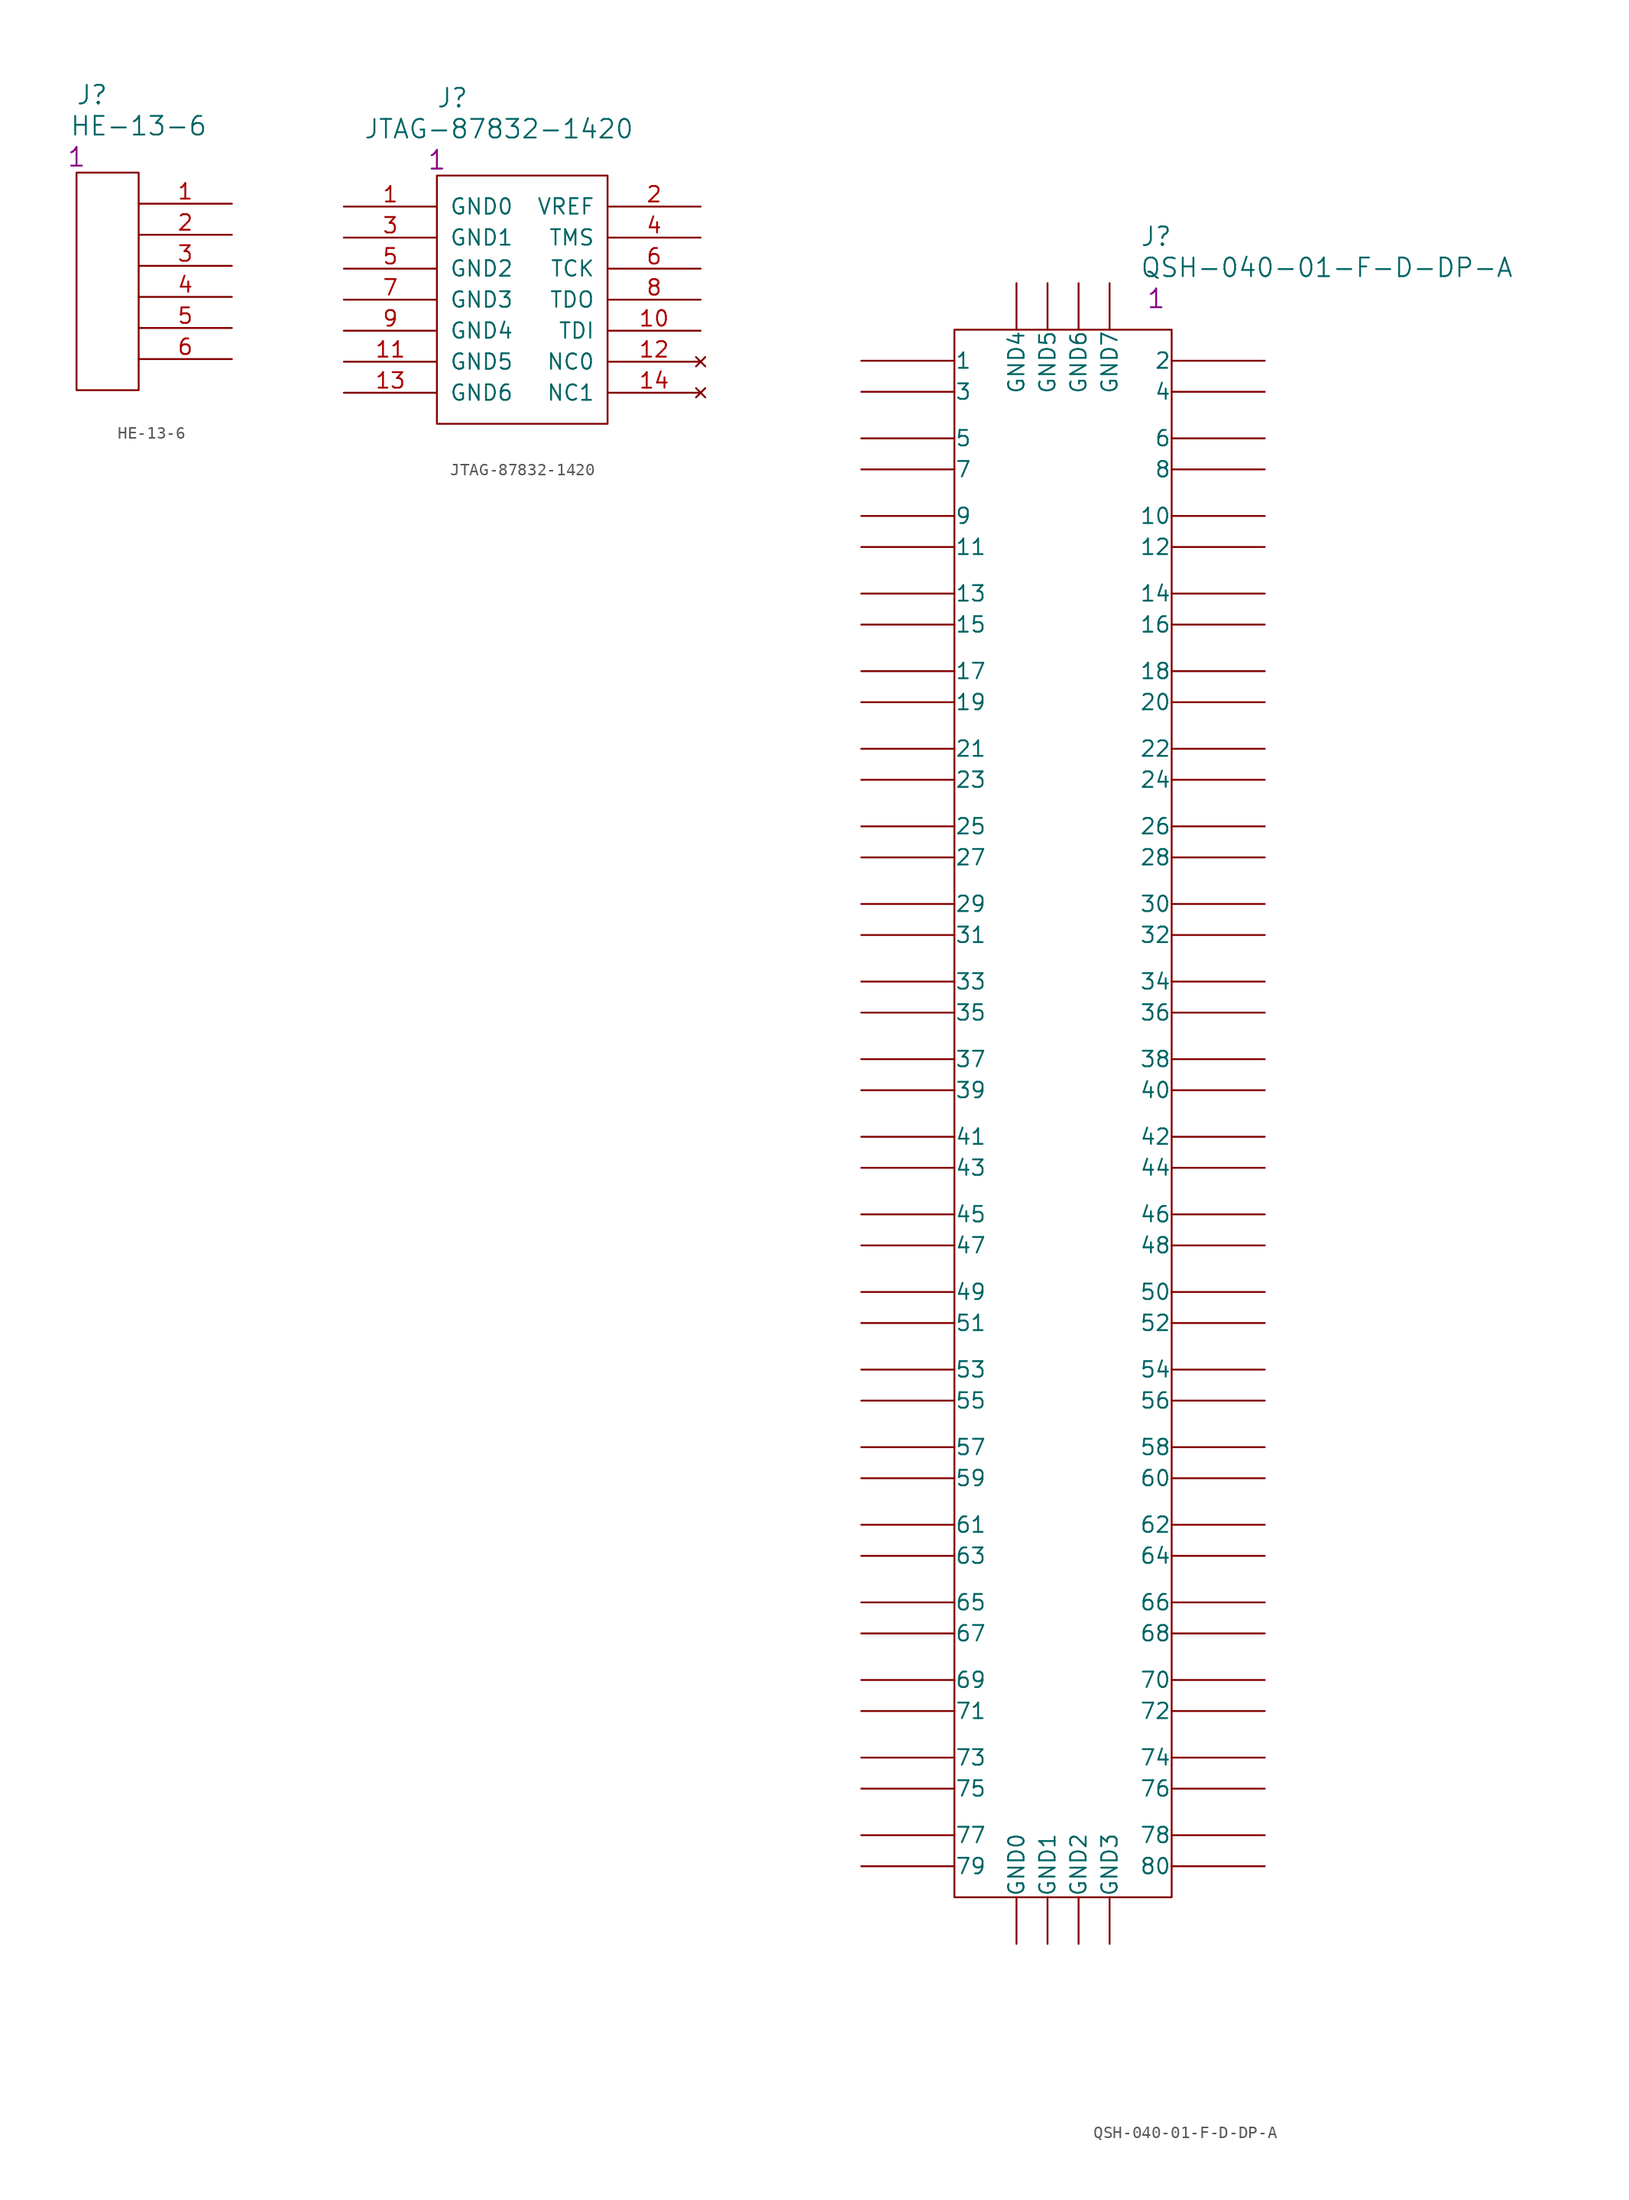
<source format=kicad_sym>
(kicad_symbol_lib
  (version 20201005)
  (generator kicad_symbol_editor)
  (symbol "HE-13-6"
    (pin_names
      (offset 1.016) hide)
    (property "Reference" "J"
      (at -11.43 8.89 0)
      (effects (font (size 1.524 1.524))))
    (property "Value" "HE-13-6"
      (at -7.62 6.35 0)
      (effects (font (size 1.524 1.524))))
    (property "Datasheet" ""
      (at 0 0 0)
      (effects (font (size 1.524 1.524))))
    (property "Qty" "1"
      (at -12.7 3.81 0)
      (effects (font (size 1.524 1.524))))
    (symbol "HE-13-6_0_1"
      (rectangle (start -7.62 2.54) (end -12.7 -15.24) (stroke (width 0)) (fill (type none))))
    (symbol "HE-13-6_1_1"
      (pin passive line (at 0 0 180) (length 7.62) (name "1" (effects (font (size 1.27 1.27)))) (number "1" (effects (font (size 1.27 1.27)))))
      (pin passive line (at 0 -2.54 180) (length 7.62) (name "2" (effects (font (size 1.27 1.27)))) (number "2" (effects (font (size 1.27 1.27)))))
      (pin passive line (at 0 -5.08 180) (length 7.62) (name "3" (effects (font (size 1.27 1.27)))) (number "3" (effects (font (size 1.27 1.27)))))
      (pin passive line (at 0 -7.62 180) (length 7.62) (name "4" (effects (font (size 1.27 1.27)))) (number "4" (effects (font (size 1.27 1.27)))))
      (pin passive line (at 0 -10.16 180) (length 7.62) (name "5" (effects (font (size 1.27 1.27)))) (number "5" (effects (font (size 1.27 1.27)))))
      (pin passive line (at 0 -12.7 180) (length 7.62) (name "6" (effects (font (size 1.27 1.27)))) (number "6" (effects (font (size 1.27 1.27)))))))
  (symbol "JTAG-87832-1420"
    (pin_names
      (offset 1.016))
    (property "Reference" "J"
      (at 8.89 8.89 0)
      (effects (font (size 1.524 1.524))))
    (property "Value" "JTAG-87832-1420"
      (at 12.7 6.35 0)
      (effects (font (size 1.524 1.524))))
    (property "Datasheet" ""
      (at 0 0 0)
      (effects (font (size 1.524 1.524))))
    (property "Qty" "1"
      (at 7.62 3.81 0)
      (effects (font (size 1.524 1.524))))
    (symbol "JTAG-87832-1420_0_1"
      (rectangle (start 7.62 2.54) (end 21.59 -17.78) (stroke (width 0)) (fill (type none))))
    (symbol "JTAG-87832-1420_1_1"
      (pin power_in line (at 0 0 0) (length 7.62) (name "GND0" (effects (font (size 1.27 1.27)))) (number "1" (effects (font (size 1.27 1.27)))))
      (pin power_in line (at 29.21 0 180) (length 7.62) (name "VREF" (effects (font (size 1.27 1.27)))) (number "2" (effects (font (size 1.27 1.27)))))
      (pin power_in line (at 0 -2.54 0) (length 7.62) (name "GND1" (effects (font (size 1.27 1.27)))) (number "3" (effects (font (size 1.27 1.27)))))
      (pin output line (at 29.21 -2.54 180) (length 7.62) (name "TMS" (effects (font (size 1.27 1.27)))) (number "4" (effects (font (size 1.27 1.27)))))
      (pin power_in line (at 0 -5.08 0) (length 7.62) (name "GND2" (effects (font (size 1.27 1.27)))) (number "5" (effects (font (size 1.27 1.27)))))
      (pin output line (at 29.21 -5.08 180) (length 7.62) (name "TCK" (effects (font (size 1.27 1.27)))) (number "6" (effects (font (size 1.27 1.27)))))
      (pin power_in line (at 0 -7.62 0) (length 7.62) (name "GND3" (effects (font (size 1.27 1.27)))) (number "7" (effects (font (size 1.27 1.27)))))
      (pin input line (at 29.21 -7.62 180) (length 7.62) (name "TDO" (effects (font (size 1.27 1.27)))) (number "8" (effects (font (size 1.27 1.27)))))
      (pin power_in line (at 0 -10.16 0) (length 7.62) (name "GND4" (effects (font (size 1.27 1.27)))) (number "9" (effects (font (size 1.27 1.27)))))
      (pin output line (at 29.21 -10.16 180) (length 7.62) (name "TDI" (effects (font (size 1.27 1.27)))) (number "10" (effects (font (size 1.27 1.27)))))
      (pin power_in line (at 0 -12.7 0) (length 7.62) (name "GND5" (effects (font (size 1.27 1.27)))) (number "11" (effects (font (size 1.27 1.27)))))
      (pin no_connect line (at 29.21 -12.7 180) (length 7.62) (name "NC0" (effects (font (size 1.27 1.27)))) (number "12" (effects (font (size 1.27 1.27)))))
      (pin power_in line (at 0 -15.24 0) (length 7.62) (name "GND6" (effects (font (size 1.27 1.27)))) (number "13" (effects (font (size 1.27 1.27)))))
      (pin no_connect line (at 29.21 -15.24 180) (length 7.62) (name "NC1" (effects (font (size 1.27 1.27)))) (number "14" (effects (font (size 1.27 1.27)))))))
  (symbol "QSH-040-01-F-D-DP-A"
    (pin_numbers hide)
    (pin_names
      (offset 0.025))
    (property "Reference" "J"
      (at 24.13 10.16 0)
      (effects (font (size 1.524 1.524))))
    (property "Value" "QSH-040-01-F-D-DP-A"
      (at 38.1 7.62 0)
      (effects (font (size 1.524 1.524))))
    (property "Datasheet" ""
      (at 0 0 0)
      (effects (font (size 1.524 1.524))))
    (property "Qty" "1"
      (at 24.13 5.08 0)
      (effects (font (size 1.524 1.524))))
    (symbol "QSH-040-01-F-D-DP-A_0_1"
      (rectangle (start 7.62 2.54) (end 25.4 -125.73) (stroke (width 0)) (fill (type none))))
    (symbol "QSH-040-01-F-D-DP-A_1_1"
      (pin passive line (at 0 0 0) (length 7.62) (name "1" (effects (font (size 1.27 1.27)))) (number "1" (effects (font (size 1.27 1.27)))))
      (pin passive line (at 33.02 0 180) (length 7.62) (name "2" (effects (font (size 1.27 1.27)))) (number "2" (effects (font (size 1.27 1.27)))))
      (pin passive line (at 0 -2.54 0) (length 7.62) (name "3" (effects (font (size 1.27 1.27)))) (number "3" (effects (font (size 1.27 1.27)))))
      (pin passive line (at 33.02 -2.54 180) (length 7.62) (name "4" (effects (font (size 1.27 1.27)))) (number "4" (effects (font (size 1.27 1.27)))))
      (pin passive line (at 0 -6.35 0) (length 7.62) (name "5" (effects (font (size 1.27 1.27)))) (number "5" (effects (font (size 1.27 1.27)))))
      (pin passive line (at 33.02 -6.35 180) (length 7.62) (name "6" (effects (font (size 1.27 1.27)))) (number "6" (effects (font (size 1.27 1.27)))))
      (pin passive line (at 0 -8.89 0) (length 7.62) (name "7" (effects (font (size 1.27 1.27)))) (number "7" (effects (font (size 1.27 1.27)))))
      (pin passive line (at 33.02 -8.89 180) (length 7.62) (name "8" (effects (font (size 1.27 1.27)))) (number "8" (effects (font (size 1.27 1.27)))))
      (pin passive line (at 0 -12.7 0) (length 7.62) (name "9" (effects (font (size 1.27 1.27)))) (number "9" (effects (font (size 1.27 1.27)))))
      (pin passive line (at 33.02 -12.7 180) (length 7.62) (name "10" (effects (font (size 1.27 1.27)))) (number "10" (effects (font (size 1.27 1.27)))))
      (pin passive line (at 33.02 -27.94 180) (length 7.62) (name "20" (effects (font (size 1.27 1.27)))) (number "20" (effects (font (size 1.27 1.27)))))
      (pin passive line (at 33.02 -44.45 180) (length 7.62) (name "30" (effects (font (size 1.27 1.27)))) (number "30" (effects (font (size 1.27 1.27)))))
      (pin passive line (at 33.02 -59.69 180) (length 7.62) (name "40" (effects (font (size 1.27 1.27)))) (number "40" (effects (font (size 1.27 1.27)))))
      (pin passive line (at 33.02 -76.2 180) (length 7.62) (name "50" (effects (font (size 1.27 1.27)))) (number "50" (effects (font (size 1.27 1.27)))))
      (pin passive line (at 33.02 -91.44 180) (length 7.62) (name "60" (effects (font (size 1.27 1.27)))) (number "60" (effects (font (size 1.27 1.27)))))
      (pin passive line (at 33.02 -107.95 180) (length 7.62) (name "70" (effects (font (size 1.27 1.27)))) (number "70" (effects (font (size 1.27 1.27)))))
      (pin passive line (at 33.02 -123.19 180) (length 7.62) (name "80" (effects (font (size 1.27 1.27)))) (number "80" (effects (font (size 1.27 1.27)))))
      (pin passive line (at 0 -15.24 0) (length 7.62) (name "11" (effects (font (size 1.27 1.27)))) (number "11" (effects (font (size 1.27 1.27)))))
      (pin passive line (at 0 -31.75 0) (length 7.62) (name "21" (effects (font (size 1.27 1.27)))) (number "21" (effects (font (size 1.27 1.27)))))
      (pin passive line (at 0 -46.99 0) (length 7.62) (name "31" (effects (font (size 1.27 1.27)))) (number "31" (effects (font (size 1.27 1.27)))))
      (pin passive line (at 0 -63.5 0) (length 7.62) (name "41" (effects (font (size 1.27 1.27)))) (number "41" (effects (font (size 1.27 1.27)))))
      (pin passive line (at 0 -78.74 0) (length 7.62) (name "51" (effects (font (size 1.27 1.27)))) (number "51" (effects (font (size 1.27 1.27)))))
      (pin passive line (at 0 -95.25 0) (length 7.62) (name "61" (effects (font (size 1.27 1.27)))) (number "61" (effects (font (size 1.27 1.27)))))
      (pin passive line (at 0 -110.49 0) (length 7.62) (name "71" (effects (font (size 1.27 1.27)))) (number "71" (effects (font (size 1.27 1.27)))))
      (pin power_in line (at 12.7 -129.54 90) (length 3.81) (name "GND0" (effects (font (size 1.27 1.27)))) (number "81" (effects (font (size 1.27 1.27)))))
      (pin passive line (at 33.02 -15.24 180) (length 7.62) (name "12" (effects (font (size 1.27 1.27)))) (number "12" (effects (font (size 1.27 1.27)))))
      (pin passive line (at 33.02 -31.75 180) (length 7.62) (name "22" (effects (font (size 1.27 1.27)))) (number "22" (effects (font (size 1.27 1.27)))))
      (pin passive line (at 33.02 -46.99 180) (length 7.62) (name "32" (effects (font (size 1.27 1.27)))) (number "32" (effects (font (size 1.27 1.27)))))
      (pin passive line (at 33.02 -63.5 180) (length 7.62) (name "42" (effects (font (size 1.27 1.27)))) (number "42" (effects (font (size 1.27 1.27)))))
      (pin passive line (at 33.02 -78.74 180) (length 7.62) (name "52" (effects (font (size 1.27 1.27)))) (number "52" (effects (font (size 1.27 1.27)))))
      (pin passive line (at 33.02 -95.25 180) (length 7.62) (name "62" (effects (font (size 1.27 1.27)))) (number "62" (effects (font (size 1.27 1.27)))))
      (pin passive line (at 33.02 -110.49 180) (length 7.62) (name "72" (effects (font (size 1.27 1.27)))) (number "72" (effects (font (size 1.27 1.27)))))
      (pin power_in line (at 15.24 -129.54 90) (length 3.81) (name "GND1" (effects (font (size 1.27 1.27)))) (number "82" (effects (font (size 1.27 1.27)))))
      (pin passive line (at 0 -19.05 0) (length 7.62) (name "13" (effects (font (size 1.27 1.27)))) (number "13" (effects (font (size 1.27 1.27)))))
      (pin passive line (at 0 -34.29 0) (length 7.62) (name "23" (effects (font (size 1.27 1.27)))) (number "23" (effects (font (size 1.27 1.27)))))
      (pin passive line (at 0 -50.8 0) (length 7.62) (name "33" (effects (font (size 1.27 1.27)))) (number "33" (effects (font (size 1.27 1.27)))))
      (pin passive line (at 0 -66.04 0) (length 7.62) (name "43" (effects (font (size 1.27 1.27)))) (number "43" (effects (font (size 1.27 1.27)))))
      (pin passive line (at 0 -82.55 0) (length 7.62) (name "53" (effects (font (size 1.27 1.27)))) (number "53" (effects (font (size 1.27 1.27)))))
      (pin passive line (at 0 -97.79 0) (length 7.62) (name "63" (effects (font (size 1.27 1.27)))) (number "63" (effects (font (size 1.27 1.27)))))
      (pin passive line (at 0 -114.3 0) (length 7.62) (name "73" (effects (font (size 1.27 1.27)))) (number "73" (effects (font (size 1.27 1.27)))))
      (pin power_in line (at 17.78 -129.54 90) (length 3.81) (name "GND2" (effects (font (size 1.27 1.27)))) (number "83" (effects (font (size 1.27 1.27)))))
      (pin passive line (at 33.02 -19.05 180) (length 7.62) (name "14" (effects (font (size 1.27 1.27)))) (number "14" (effects (font (size 1.27 1.27)))))
      (pin passive line (at 33.02 -34.29 180) (length 7.62) (name "24" (effects (font (size 1.27 1.27)))) (number "24" (effects (font (size 1.27 1.27)))))
      (pin passive line (at 33.02 -50.8 180) (length 7.62) (name "34" (effects (font (size 1.27 1.27)))) (number "34" (effects (font (size 1.27 1.27)))))
      (pin passive line (at 33.02 -66.04 180) (length 7.62) (name "44" (effects (font (size 1.27 1.27)))) (number "44" (effects (font (size 1.27 1.27)))))
      (pin passive line (at 33.02 -82.55 180) (length 7.62) (name "54" (effects (font (size 1.27 1.27)))) (number "54" (effects (font (size 1.27 1.27)))))
      (pin passive line (at 33.02 -97.79 180) (length 7.62) (name "64" (effects (font (size 1.27 1.27)))) (number "64" (effects (font (size 1.27 1.27)))))
      (pin passive line (at 33.02 -114.3 180) (length 7.62) (name "74" (effects (font (size 1.27 1.27)))) (number "74" (effects (font (size 1.27 1.27)))))
      (pin power_in line (at 20.32 -129.54 90) (length 3.81) (name "GND3" (effects (font (size 1.27 1.27)))) (number "84" (effects (font (size 1.27 1.27)))))
      (pin passive line (at 0 -21.59 0) (length 7.62) (name "15" (effects (font (size 1.27 1.27)))) (number "15" (effects (font (size 1.27 1.27)))))
      (pin passive line (at 0 -38.1 0) (length 7.62) (name "25" (effects (font (size 1.27 1.27)))) (number "25" (effects (font (size 1.27 1.27)))))
      (pin passive line (at 0 -53.34 0) (length 7.62) (name "35" (effects (font (size 1.27 1.27)))) (number "35" (effects (font (size 1.27 1.27)))))
      (pin passive line (at 0 -69.85 0) (length 7.62) (name "45" (effects (font (size 1.27 1.27)))) (number "45" (effects (font (size 1.27 1.27)))))
      (pin passive line (at 0 -85.09 0) (length 7.62) (name "55" (effects (font (size 1.27 1.27)))) (number "55" (effects (font (size 1.27 1.27)))))
      (pin passive line (at 0 -101.6 0) (length 7.62) (name "65" (effects (font (size 1.27 1.27)))) (number "65" (effects (font (size 1.27 1.27)))))
      (pin passive line (at 0 -116.84 0) (length 7.62) (name "75" (effects (font (size 1.27 1.27)))) (number "75" (effects (font (size 1.27 1.27)))))
      (pin power_in line (at 12.7 6.35 270) (length 3.81) (name "GND4" (effects (font (size 1.27 1.27)))) (number "85" (effects (font (size 1.27 1.27)))))
      (pin passive line (at 33.02 -21.59 180) (length 7.62) (name "16" (effects (font (size 1.27 1.27)))) (number "16" (effects (font (size 1.27 1.27)))))
      (pin passive line (at 33.02 -38.1 180) (length 7.62) (name "26" (effects (font (size 1.27 1.27)))) (number "26" (effects (font (size 1.27 1.27)))))
      (pin passive line (at 33.02 -53.34 180) (length 7.62) (name "36" (effects (font (size 1.27 1.27)))) (number "36" (effects (font (size 1.27 1.27)))))
      (pin passive line (at 33.02 -69.85 180) (length 7.62) (name "46" (effects (font (size 1.27 1.27)))) (number "46" (effects (font (size 1.27 1.27)))))
      (pin passive line (at 33.02 -85.09 180) (length 7.62) (name "56" (effects (font (size 1.27 1.27)))) (number "56" (effects (font (size 1.27 1.27)))))
      (pin passive line (at 33.02 -101.6 180) (length 7.62) (name "66" (effects (font (size 1.27 1.27)))) (number "66" (effects (font (size 1.27 1.27)))))
      (pin passive line (at 33.02 -116.84 180) (length 7.62) (name "76" (effects (font (size 1.27 1.27)))) (number "76" (effects (font (size 1.27 1.27)))))
      (pin power_in line (at 15.24 6.35 270) (length 3.81) (name "GND5" (effects (font (size 1.27 1.27)))) (number "86" (effects (font (size 1.27 1.27)))))
      (pin passive line (at 0 -25.4 0) (length 7.62) (name "17" (effects (font (size 1.27 1.27)))) (number "17" (effects (font (size 1.27 1.27)))))
      (pin passive line (at 0 -40.64 0) (length 7.62) (name "27" (effects (font (size 1.27 1.27)))) (number "27" (effects (font (size 1.27 1.27)))))
      (pin passive line (at 0 -57.15 0) (length 7.62) (name "37" (effects (font (size 1.27 1.27)))) (number "37" (effects (font (size 1.27 1.27)))))
      (pin passive line (at 0 -72.39 0) (length 7.62) (name "47" (effects (font (size 1.27 1.27)))) (number "47" (effects (font (size 1.27 1.27)))))
      (pin passive line (at 0 -88.9 0) (length 7.62) (name "57" (effects (font (size 1.27 1.27)))) (number "57" (effects (font (size 1.27 1.27)))))
      (pin passive line (at 0 -104.14 0) (length 7.62) (name "67" (effects (font (size 1.27 1.27)))) (number "67" (effects (font (size 1.27 1.27)))))
      (pin passive line (at 0 -120.65 0) (length 7.62) (name "77" (effects (font (size 1.27 1.27)))) (number "77" (effects (font (size 1.27 1.27)))))
      (pin power_in line (at 17.78 6.35 270) (length 3.81) (name "GND6" (effects (font (size 1.27 1.27)))) (number "87" (effects (font (size 1.27 1.27)))))
      (pin passive line (at 33.02 -25.4 180) (length 7.62) (name "18" (effects (font (size 1.27 1.27)))) (number "18" (effects (font (size 1.27 1.27)))))
      (pin passive line (at 33.02 -40.64 180) (length 7.62) (name "28" (effects (font (size 1.27 1.27)))) (number "28" (effects (font (size 1.27 1.27)))))
      (pin passive line (at 33.02 -57.15 180) (length 7.62) (name "38" (effects (font (size 1.27 1.27)))) (number "38" (effects (font (size 1.27 1.27)))))
      (pin passive line (at 33.02 -72.39 180) (length 7.62) (name "48" (effects (font (size 1.27 1.27)))) (number "48" (effects (font (size 1.27 1.27)))))
      (pin passive line (at 33.02 -88.9 180) (length 7.62) (name "58" (effects (font (size 1.27 1.27)))) (number "58" (effects (font (size 1.27 1.27)))))
      (pin passive line (at 33.02 -104.14 180) (length 7.62) (name "68" (effects (font (size 1.27 1.27)))) (number "68" (effects (font (size 1.27 1.27)))))
      (pin passive line (at 33.02 -120.65 180) (length 7.62) (name "78" (effects (font (size 1.27 1.27)))) (number "78" (effects (font (size 1.27 1.27)))))
      (pin power_in line (at 20.32 6.35 270) (length 3.81) (name "GND7" (effects (font (size 1.27 1.27)))) (number "88" (effects (font (size 1.27 1.27)))))
      (pin passive line (at 0 -27.94 0) (length 7.62) (name "19" (effects (font (size 1.27 1.27)))) (number "19" (effects (font (size 1.27 1.27)))))
      (pin passive line (at 0 -44.45 0) (length 7.62) (name "29" (effects (font (size 1.27 1.27)))) (number "29" (effects (font (size 1.27 1.27)))))
      (pin passive line (at 0 -59.69 0) (length 7.62) (name "39" (effects (font (size 1.27 1.27)))) (number "39" (effects (font (size 1.27 1.27)))))
      (pin passive line (at 0 -76.2 0) (length 7.62) (name "49" (effects (font (size 1.27 1.27)))) (number "49" (effects (font (size 1.27 1.27)))))
      (pin passive line (at 0 -91.44 0) (length 7.62) (name "59" (effects (font (size 1.27 1.27)))) (number "59" (effects (font (size 1.27 1.27)))))
      (pin passive line (at 0 -107.95 0) (length 7.62) (name "69" (effects (font (size 1.27 1.27)))) (number "69" (effects (font (size 1.27 1.27)))))
      (pin passive line (at 0 -123.19 0) (length 7.62) (name "79" (effects (font (size 1.27 1.27)))) (number "79" (effects (font (size 1.27 1.27))))))))
</source>
